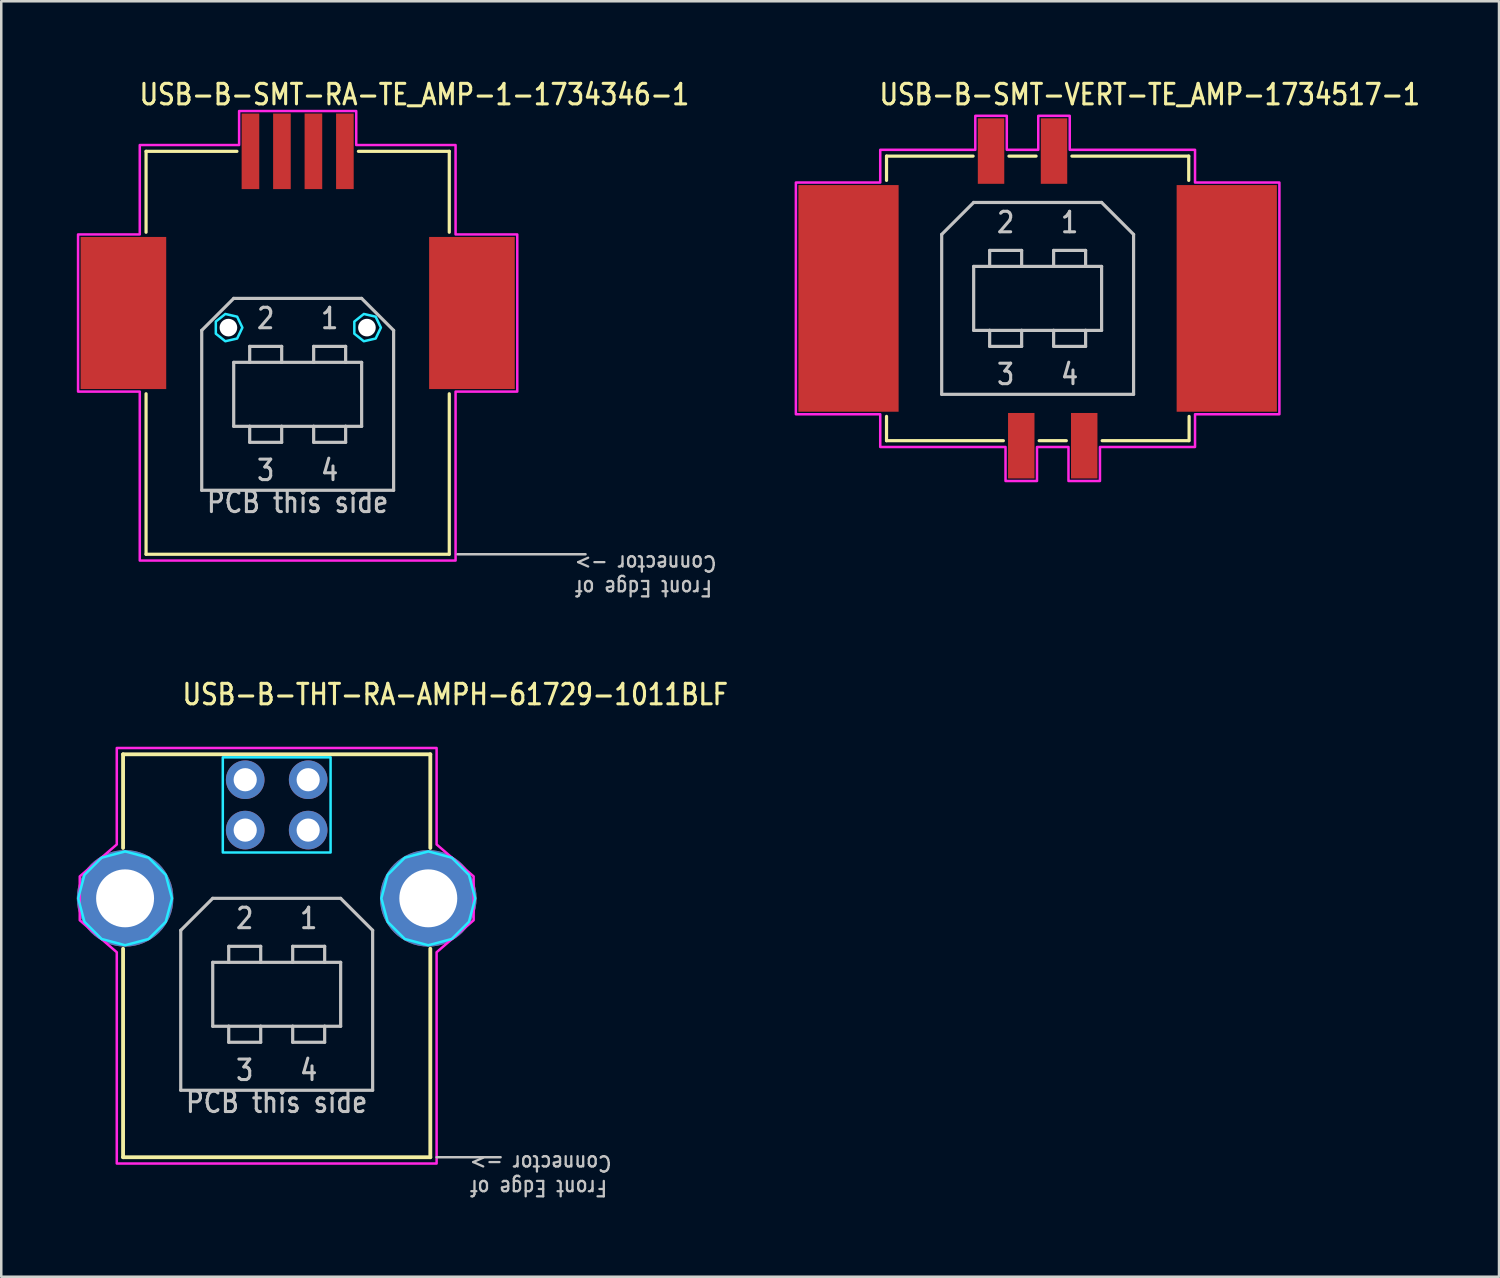
<source format=kicad_pcb>
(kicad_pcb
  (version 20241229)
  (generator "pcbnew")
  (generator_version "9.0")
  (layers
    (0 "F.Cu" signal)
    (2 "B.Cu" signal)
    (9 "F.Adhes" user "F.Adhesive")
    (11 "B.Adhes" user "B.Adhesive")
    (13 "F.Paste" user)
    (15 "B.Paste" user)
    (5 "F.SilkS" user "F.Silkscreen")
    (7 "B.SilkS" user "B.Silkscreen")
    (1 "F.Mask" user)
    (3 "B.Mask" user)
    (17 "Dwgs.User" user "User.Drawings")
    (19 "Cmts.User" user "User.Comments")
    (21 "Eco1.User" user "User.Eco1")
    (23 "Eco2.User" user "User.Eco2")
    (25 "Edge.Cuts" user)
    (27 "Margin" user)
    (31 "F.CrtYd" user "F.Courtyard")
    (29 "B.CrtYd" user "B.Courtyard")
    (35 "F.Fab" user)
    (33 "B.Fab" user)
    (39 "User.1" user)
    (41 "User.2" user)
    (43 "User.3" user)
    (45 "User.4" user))
  (footprint "USB-B-SMT-RA-TE_AMP-1-1734346-1"
    (layer "F.Cu")
    (at 8.77 18.959)
    (property "Reference" "USB-B-SMT-RA-TE_AMP-1-1734346-1" (at -6.35 -17.78 0) (unlocked yes) (layer "F.SilkS") (effects (font (size 0.813 0.695) (thickness 0.122)) (justify left bottom)))
    (fp_line (start -6.02 -16) (end -2.412 -16) (stroke (width 0.127) (type solid)) (layer "F.SilkS"))
    (fp_line (start -6.02 -12.787) (end -6.02 -16) (stroke (width 0.127) (type solid)) (layer "F.SilkS"))
    (fp_line (start -6.02 0) (end -6.02 -6.373) (stroke (width 0.127) (type solid)) (layer "F.SilkS"))
    (fp_line (start 2.412 -16) (end 6.02 -16) (stroke (width 0.127) (type solid)) (layer "F.SilkS"))
    (fp_line (start 6.02 -16) (end 6.02 -12.787) (stroke (width 0.127) (type solid)) (layer "F.SilkS"))
    (fp_line (start 6.02 -6.373) (end 6.02 0) (stroke (width 0.127) (type solid)) (layer "F.SilkS"))
    (fp_line (start 6.02 0) (end -6.02 0) (stroke (width 0.127) (type solid)) (layer "F.SilkS"))
    (fp_line (start -3.81 -8.89) (end -3.81 -2.54) (stroke (width 0.127) (type solid)) (layer "Dwgs.User"))
    (fp_line (start -3.81 -2.54) (end 3.81 -2.54) (stroke (width 0.127) (type solid)) (layer "Dwgs.User"))
    (fp_line (start -2.54 -10.16) (end -3.81 -8.89) (stroke (width 0.127) (type solid)) (layer "Dwgs.User"))
    (fp_line (start -2.54 -7.62) (end -1.905 -7.62) (stroke (width 0.127) (type solid)) (layer "Dwgs.User"))
    (fp_line (start -2.54 -5.08) (end -2.54 -7.62) (stroke (width 0.127) (type solid)) (layer "Dwgs.User"))
    (fp_line (start -1.905 -8.255) (end -1.905 -7.62) (stroke (width 0.127) (type solid)) (layer "Dwgs.User"))
    (fp_line (start -1.905 -7.62) (end -0.635 -7.62) (stroke (width 0.127) (type solid)) (layer "Dwgs.User"))
    (fp_line (start -1.905 -5.08) (end -2.54 -5.08) (stroke (width 0.127) (type solid)) (layer "Dwgs.User"))
    (fp_line (start -1.905 -4.445) (end -1.905 -5.08) (stroke (width 0.127) (type solid)) (layer "Dwgs.User"))
    (fp_line (start -0.635 -8.255) (end -1.905 -8.255) (stroke (width 0.127) (type solid)) (layer "Dwgs.User"))
    (fp_line (start -0.635 -7.62) (end -0.635 -8.255) (stroke (width 0.127) (type solid)) (layer "Dwgs.User"))
    (fp_line (start -0.635 -7.62) (end 0.635 -7.62) (stroke (width 0.127) (type solid)) (layer "Dwgs.User"))
    (fp_line (start -0.635 -5.08) (end -1.905 -5.08) (stroke (width 0.127) (type solid)) (layer "Dwgs.User"))
    (fp_line (start -0.635 -5.08) (end -0.635 -4.445) (stroke (width 0.127) (type solid)) (layer "Dwgs.User"))
    (fp_line (start -0.635 -4.445) (end -1.905 -4.445) (stroke (width 0.127) (type solid)) (layer "Dwgs.User"))
    (fp_line (start 0.635 -8.255) (end 0.635 -7.62) (stroke (width 0.127) (type solid)) (layer "Dwgs.User"))
    (fp_line (start 0.635 -7.62) (end 1.905 -7.62) (stroke (width 0.127) (type solid)) (layer "Dwgs.User"))
    (fp_line (start 0.635 -5.08) (end -0.635 -5.08) (stroke (width 0.127) (type solid)) (layer "Dwgs.User"))
    (fp_line (start 0.635 -4.445) (end 0.635 -5.08) (stroke (width 0.127) (type solid)) (layer "Dwgs.User"))
    (fp_line (start 1.905 -8.255) (end 0.635 -8.255) (stroke (width 0.127) (type solid)) (layer "Dwgs.User"))
    (fp_line (start 1.905 -7.62) (end 1.905 -8.255) (stroke (width 0.127) (type solid)) (layer "Dwgs.User"))
    (fp_line (start 1.905 -7.62) (end 2.54 -7.62) (stroke (width 0.127) (type solid)) (layer "Dwgs.User"))
    (fp_line (start 1.905 -5.08) (end 0.635 -5.08) (stroke (width 0.127) (type solid)) (layer "Dwgs.User"))
    (fp_line (start 1.905 -5.08) (end 1.905 -4.445) (stroke (width 0.127) (type solid)) (layer "Dwgs.User"))
    (fp_line (start 1.905 -4.445) (end 0.635 -4.445) (stroke (width 0.127) (type solid)) (layer "Dwgs.User"))
    (fp_line (start 2.54 -10.16) (end -2.54 -10.16) (stroke (width 0.127) (type solid)) (layer "Dwgs.User"))
    (fp_line (start 2.54 -7.62) (end 2.54 -5.08) (stroke (width 0.127) (type solid)) (layer "Dwgs.User"))
    (fp_line (start 2.54 -5.08) (end 1.905 -5.08) (stroke (width 0.127) (type solid)) (layer "Dwgs.User"))
    (fp_line (start 3.81 -8.89) (end 2.54 -10.16) (stroke (width 0.127) (type solid)) (layer "Dwgs.User"))
    (fp_line (start 3.81 -2.54) (end 3.81 -8.89) (stroke (width 0.127) (type solid)) (layer "Dwgs.User"))
    (fp_line (start 6.35 0) (end 11.43 0) (stroke (width 0.1) (type solid)) (layer "Dwgs.User"))
    (fp_poly (pts (xy -2.195 -9) (xy -2.404 -9.434) (xy -2.873 -9.541) (xy -3.25 -9.241) (xy -3.25 -8.759) (xy -2.873 -8.459) (xy -2.404 -8.566)) (stroke (width 0.1) (type solid)) (fill no) (layer "B.CrtYd"))
    (fp_poly (pts (xy 3.305 -9) (xy 3.096 -9.434) (xy 2.627 -9.541) (xy 2.25 -9.241) (xy 2.25 -8.759) (xy 2.627 -8.459) (xy 3.096 -8.566)) (stroke (width 0.1) (type solid)) (fill no) (layer "B.CrtYd"))
    (fp_poly (pts (xy -6.27 -6.46) (xy -8.72 -6.46) (xy -8.72 -12.7) (xy -6.27 -12.7) (xy -6.27 -16.25) (xy -2.325 -16.25) (xy -2.325 -17.6) (xy 2.325 -17.6) (xy 2.325 -16.25) (xy 6.27 -16.25) (xy 6.27 -12.7) (xy 8.72 -12.7) (xy 8.72 -6.46) (xy 6.27 -6.46) (xy 6.27 0.25) (xy -6.27 0.25)) (stroke (width 0.1) (type solid)) (fill no) (layer "F.CrtYd"))
    (fp_text user "Front Edge of  \nConnector ->  " (at 10.16 0 180) (unlocked yes) (layer "Dwgs.User") (effects (font (size 0.61 0.521) (thickness 0.091)) (justify right bottom)))
    (fp_text user "3" (at -1.27 -3.81 0) (unlocked yes) (layer "Dwgs.User") (effects (font (size 0.813 0.695) (thickness 0.122)) (justify top)))
    (fp_text user "4" (at 1.27 -3.81 0) (unlocked yes) (layer "Dwgs.User") (effects (font (size 0.813 0.695) (thickness 0.122)) (justify top)))
    (fp_text user "2" (at -1.27 -8.89 0) (unlocked yes) (layer "Dwgs.User") (effects (font (size 0.813 0.695) (thickness 0.122)) (justify bottom)))
    (fp_text user "PCB this side" (at 0 -2.54 0) (unlocked yes) (layer "Dwgs.User") (effects (font (size 0.813 0.695) (thickness 0.122)) (justify top)))
    (fp_text user "1" (at 1.27 -8.89 0) (unlocked yes) (layer "Dwgs.User") (effects (font (size 0.813 0.695) (thickness 0.122)) (justify bottom)))
    (pad "" np_thru_hole circle (at -2.75 -9) (size 0.7 0.7) (drill 0.7) (layers "*.Cu" "*.Mask"))
    (pad "" np_thru_hole circle (at 2.75 -9) (size 0.7 0.7) (drill 0.7) (layers "*.Cu" "*.Mask"))
    (pad "1" smd rect (at 1.875 -16) (size 0.7 3) (layers "F.Cu" "F.Mask" "F.Paste"))
    (pad "2" smd rect (at 0.625 -16) (size 0.7 3) (layers "F.Cu" "F.Mask" "F.Paste"))
    (pad "3" smd rect (at -0.625 -16) (size 0.7 3) (layers "F.Cu" "F.Mask" "F.Paste"))
    (pad "4" smd rect (at -1.875 -16) (size 0.7 3) (layers "F.Cu" "F.Mask" "F.Paste"))
    (pad "SHELL1" smd rect (at 6.92 -9.58) (size 3.4 6.04) (layers "F.Cu" "F.Mask" "F.Paste"))
    (pad "SHELL2" smd rect (at -6.92 -9.58) (size 3.4 6.04) (layers "F.Cu" "F.Mask" "F.Paste")))
  (footprint "USB-B-SMT-VERT-TE_AMP-1734517-1"
    (layer "F.Cu")
    (at 38.153 8.799)
    (property "Reference" "USB-B-SMT-VERT-TE_AMP-1734517-1" (at -6.35 -7.62 0) (unlocked yes) (layer "F.SilkS") (effects (font (size 0.813 0.695) (thickness 0.122)) (justify left bottom)))
    (fp_line (start -6 -5.65) (end -2.562 -5.65) (stroke (width 0.127) (type solid)) (layer "F.SilkS"))
    (fp_line (start -6 -4.686) (end -6 -5.65) (stroke (width 0.127) (type solid)) (layer "F.SilkS"))
    (fp_line (start -6 4.686) (end -6 5.65) (stroke (width 0.127) (type solid)) (layer "F.SilkS"))
    (fp_line (start -6 5.65) (end -1.361 5.65) (stroke (width 0.127) (type solid)) (layer "F.SilkS"))
    (fp_line (start -1.139 -5.65) (end -0.061 -5.65) (stroke (width 0.127) (type solid)) (layer "F.SilkS"))
    (fp_line (start 0.061 5.65) (end 1.139 5.65) (stroke (width 0.127) (type solid)) (layer "F.SilkS"))
    (fp_line (start 1.361 -5.65) (end 6 -5.65) (stroke (width 0.127) (type solid)) (layer "F.SilkS"))
    (fp_line (start 2.562 5.65) (end 6 5.65) (stroke (width 0.127) (type solid)) (layer "F.SilkS"))
    (fp_line (start 6 -5.65) (end 6 -4.686) (stroke (width 0.127) (type solid)) (layer "F.SilkS"))
    (fp_line (start 6.015 5.65) (end 6.015 4.686) (stroke (width 0.127) (type solid)) (layer "F.SilkS"))
    (fp_line (start -3.81 -2.54) (end -3.81 3.81) (stroke (width 0.127) (type solid)) (layer "Dwgs.User"))
    (fp_line (start -3.81 3.81) (end 3.81 3.81) (stroke (width 0.127) (type solid)) (layer "Dwgs.User"))
    (fp_line (start -2.54 -3.81) (end -3.81 -2.54) (stroke (width 0.127) (type solid)) (layer "Dwgs.User"))
    (fp_line (start -2.54 -1.27) (end -1.905 -1.27) (stroke (width 0.127) (type solid)) (layer "Dwgs.User"))
    (fp_line (start -2.54 1.27) (end -2.54 -1.27) (stroke (width 0.127) (type solid)) (layer "Dwgs.User"))
    (fp_line (start -1.905 -1.905) (end -1.905 -1.27) (stroke (width 0.127) (type solid)) (layer "Dwgs.User"))
    (fp_line (start -1.905 -1.27) (end -0.635 -1.27) (stroke (width 0.127) (type solid)) (layer "Dwgs.User"))
    (fp_line (start -1.905 1.27) (end -2.54 1.27) (stroke (width 0.127) (type solid)) (layer "Dwgs.User"))
    (fp_line (start -1.905 1.905) (end -1.905 1.27) (stroke (width 0.127) (type solid)) (layer "Dwgs.User"))
    (fp_line (start -0.635 -1.905) (end -1.905 -1.905) (stroke (width 0.127) (type solid)) (layer "Dwgs.User"))
    (fp_line (start -0.635 -1.27) (end -0.635 -1.905) (stroke (width 0.127) (type solid)) (layer "Dwgs.User"))
    (fp_line (start -0.635 -1.27) (end 0.635 -1.27) (stroke (width 0.127) (type solid)) (layer "Dwgs.User"))
    (fp_line (start -0.635 1.27) (end -1.905 1.27) (stroke (width 0.127) (type solid)) (layer "Dwgs.User"))
    (fp_line (start -0.635 1.27) (end -0.635 1.905) (stroke (width 0.127) (type solid)) (layer "Dwgs.User"))
    (fp_line (start -0.635 1.905) (end -1.905 1.905) (stroke (width 0.127) (type solid)) (layer "Dwgs.User"))
    (fp_line (start 0.635 -1.905) (end 0.635 -1.27) (stroke (width 0.127) (type solid)) (layer "Dwgs.User"))
    (fp_line (start 0.635 -1.27) (end 1.905 -1.27) (stroke (width 0.127) (type solid)) (layer "Dwgs.User"))
    (fp_line (start 0.635 1.27) (end -0.635 1.27) (stroke (width 0.127) (type solid)) (layer "Dwgs.User"))
    (fp_line (start 0.635 1.905) (end 0.635 1.27) (stroke (width 0.127) (type solid)) (layer "Dwgs.User"))
    (fp_line (start 1.905 -1.905) (end 0.635 -1.905) (stroke (width 0.127) (type solid)) (layer "Dwgs.User"))
    (fp_line (start 1.905 -1.27) (end 1.905 -1.905) (stroke (width 0.127) (type solid)) (layer "Dwgs.User"))
    (fp_line (start 1.905 -1.27) (end 2.54 -1.27) (stroke (width 0.127) (type solid)) (layer "Dwgs.User"))
    (fp_line (start 1.905 1.27) (end 0.635 1.27) (stroke (width 0.127) (type solid)) (layer "Dwgs.User"))
    (fp_line (start 1.905 1.27) (end 1.905 1.905) (stroke (width 0.127) (type solid)) (layer "Dwgs.User"))
    (fp_line (start 1.905 1.905) (end 0.635 1.905) (stroke (width 0.127) (type solid)) (layer "Dwgs.User"))
    (fp_line (start 2.54 -3.81) (end -2.54 -3.81) (stroke (width 0.127) (type solid)) (layer "Dwgs.User"))
    (fp_line (start 2.54 -1.27) (end 2.54 1.27) (stroke (width 0.127) (type solid)) (layer "Dwgs.User"))
    (fp_line (start 2.54 1.27) (end 1.905 1.27) (stroke (width 0.127) (type solid)) (layer "Dwgs.User"))
    (fp_line (start 3.81 -2.54) (end 2.54 -3.81) (stroke (width 0.127) (type solid)) (layer "Dwgs.User"))
    (fp_line (start 3.81 3.81) (end 3.81 -2.54) (stroke (width 0.127) (type solid)) (layer "Dwgs.User"))
    (fp_poly (pts (xy -9.6 4.6) (xy -9.6 -4.6) (xy -6.25 -4.6) (xy -6.25 -5.9) (xy -2.475 -5.9) (xy -2.475 -7.25) (xy -1.225 -7.25) (xy -1.225 -5.9) (xy 0.025 -5.9) (xy 0.025 -7.25) (xy 1.275 -7.25) (xy 1.275 -5.9) (xy 6.25 -5.9) (xy 6.25 -4.6) (xy 9.6 -4.6) (xy 9.6 4.6) (xy 6.25 4.6) (xy 6.25 5.9) (xy 2.475 5.9) (xy 2.475 7.25) (xy 1.225 7.25) (xy 1.225 5.9) (xy -0.025 5.9) (xy -0.025 7.25) (xy -1.275 7.25) (xy -1.275 5.9) (xy -6.25 5.9) (xy -6.25 4.6)) (stroke (width 0.1) (type solid)) (fill no) (layer "F.CrtYd"))
    (fp_text user "3" (at -1.27 2.54 0) (unlocked yes) (layer "Dwgs.User") (effects (font (size 0.813 0.695) (thickness 0.122)) (justify top)))
    (fp_text user "4" (at 1.27 2.54 0) (unlocked yes) (layer "Dwgs.User") (effects (font (size 0.813 0.695) (thickness 0.122)) (justify top)))
    (fp_text user "2" (at -1.27 -2.54 0) (unlocked yes) (layer "Dwgs.User") (effects (font (size 0.813 0.695) (thickness 0.122)) (justify bottom)))
    (fp_text user "1" (at 1.27 -2.54 0) (unlocked yes) (layer "Dwgs.User") (effects (font (size 0.813 0.695) (thickness 0.122)) (justify bottom)))
    (pad "1" smd rect (at 0.65 -5.85) (size 1.05 2.6) (layers "F.Cu" "F.Mask" "F.Paste"))
    (pad "2" smd rect (at -1.85 -5.85) (size 1.05 2.6) (layers "F.Cu" "F.Mask" "F.Paste"))
    (pad "3" smd rect (at -0.65 5.85) (size 1.05 2.6) (layers "F.Cu" "F.Mask" "F.Paste"))
    (pad "4" smd rect (at 1.85 5.85) (size 1.05 2.6) (layers "F.Cu" "F.Mask" "F.Paste"))
    (pad "SHELL1" smd rect (at 7.51 0) (size 3.98 9) (layers "F.Cu" "F.Mask" "F.Paste"))
    (pad "SHELL2" smd rect (at -7.51 0) (size 3.98 9) (layers "F.Cu" "F.Mask" "F.Paste")))
  (footprint "USB-B-THT-RA-AMPH-61729-1011BLF"
    (layer "F.Cu")
    (at 7.937 32.622)
    (property "Reference" "USB-B-THT-RA-AMPH-61729-1011BLF" (at -3.81 -7.62 0) (unlocked yes) (layer "F.SilkS") (effects (font (size 0.813 0.695) (thickness 0.122)) (justify left bottom)))
    (fp_line (start -6.1 -5.72) (end 6.1 -5.72) (stroke (width 0.152) (type solid)) (layer "F.SilkS"))
    (fp_line (start -6.1 -2) (end -6.1 -5.72) (stroke (width 0.152) (type solid)) (layer "F.SilkS"))
    (fp_line (start -6.1 10.28) (end -6.1 2) (stroke (width 0.152) (type solid)) (layer "F.SilkS"))
    (fp_line (start 6.1 -5.72) (end 6.1 -2) (stroke (width 0.152) (type solid)) (layer "F.SilkS"))
    (fp_line (start 6.1 2) (end 6.1 10.28) (stroke (width 0.152) (type solid)) (layer "F.SilkS"))
    (fp_line (start 6.1 10.28) (end -6.1 10.28) (stroke (width 0.152) (type solid)) (layer "F.SilkS"))
    (fp_line (start -3.81 1.27) (end -3.81 7.62) (stroke (width 0.127) (type solid)) (layer "Dwgs.User"))
    (fp_line (start -3.81 7.62) (end 3.81 7.62) (stroke (width 0.127) (type solid)) (layer "Dwgs.User"))
    (fp_line (start -2.54 0) (end -3.81 1.27) (stroke (width 0.127) (type solid)) (layer "Dwgs.User"))
    (fp_line (start -2.54 2.54) (end -1.905 2.54) (stroke (width 0.127) (type solid)) (layer "Dwgs.User"))
    (fp_line (start -2.54 5.08) (end -2.54 2.54) (stroke (width 0.127) (type solid)) (layer "Dwgs.User"))
    (fp_line (start -1.905 1.905) (end -1.905 2.54) (stroke (width 0.127) (type solid)) (layer "Dwgs.User"))
    (fp_line (start -1.905 2.54) (end -0.635 2.54) (stroke (width 0.127) (type solid)) (layer "Dwgs.User"))
    (fp_line (start -1.905 5.08) (end -2.54 5.08) (stroke (width 0.127) (type solid)) (layer "Dwgs.User"))
    (fp_line (start -1.905 5.715) (end -1.905 5.08) (stroke (width 0.127) (type solid)) (layer "Dwgs.User"))
    (fp_line (start -0.635 1.905) (end -1.905 1.905) (stroke (width 0.127) (type solid)) (layer "Dwgs.User"))
    (fp_line (start -0.635 2.54) (end -0.635 1.905) (stroke (width 0.127) (type solid)) (layer "Dwgs.User"))
    (fp_line (start -0.635 2.54) (end 0.635 2.54) (stroke (width 0.127) (type solid)) (layer "Dwgs.User"))
    (fp_line (start -0.635 5.08) (end -1.905 5.08) (stroke (width 0.127) (type solid)) (layer "Dwgs.User"))
    (fp_line (start -0.635 5.08) (end -0.635 5.715) (stroke (width 0.127) (type solid)) (layer "Dwgs.User"))
    (fp_line (start -0.635 5.715) (end -1.905 5.715) (stroke (width 0.127) (type solid)) (layer "Dwgs.User"))
    (fp_line (start 0.635 1.905) (end 0.635 2.54) (stroke (width 0.127) (type solid)) (layer "Dwgs.User"))
    (fp_line (start 0.635 2.54) (end 1.905 2.54) (stroke (width 0.127) (type solid)) (layer "Dwgs.User"))
    (fp_line (start 0.635 5.08) (end -0.635 5.08) (stroke (width 0.127) (type solid)) (layer "Dwgs.User"))
    (fp_line (start 0.635 5.715) (end 0.635 5.08) (stroke (width 0.127) (type solid)) (layer "Dwgs.User"))
    (fp_line (start 1.905 1.905) (end 0.635 1.905) (stroke (width 0.127) (type solid)) (layer "Dwgs.User"))
    (fp_line (start 1.905 2.54) (end 1.905 1.905) (stroke (width 0.127) (type solid)) (layer "Dwgs.User"))
    (fp_line (start 1.905 2.54) (end 2.54 2.54) (stroke (width 0.127) (type solid)) (layer "Dwgs.User"))
    (fp_line (start 1.905 5.08) (end 0.635 5.08) (stroke (width 0.127) (type solid)) (layer "Dwgs.User"))
    (fp_line (start 1.905 5.08) (end 1.905 5.715) (stroke (width 0.127) (type solid)) (layer "Dwgs.User"))
    (fp_line (start 1.905 5.715) (end 0.635 5.715) (stroke (width 0.127) (type solid)) (layer "Dwgs.User"))
    (fp_line (start 2.54 0) (end -2.54 0) (stroke (width 0.127) (type solid)) (layer "Dwgs.User"))
    (fp_line (start 2.54 2.54) (end 2.54 5.08) (stroke (width 0.127) (type solid)) (layer "Dwgs.User"))
    (fp_line (start 2.54 5.08) (end 1.905 5.08) (stroke (width 0.127) (type solid)) (layer "Dwgs.User"))
    (fp_line (start 3.81 1.27) (end 2.54 0) (stroke (width 0.127) (type solid)) (layer "Dwgs.User"))
    (fp_line (start 3.81 7.62) (end 3.81 1.27) (stroke (width 0.127) (type solid)) (layer "Dwgs.User"))
    (fp_line (start 6.35 10.28) (end 8.89 10.28) (stroke (width 0.1) (type solid)) (layer "Dwgs.User"))
    (fp_poly (pts (xy -2.14 -5.6) (xy 2.14 -5.6) (xy 2.14 -1.82) (xy -2.14 -1.82)) (stroke (width 0.1) (type solid)) (fill no) (layer "B.CrtYd"))
    (fp_poly (pts (xy -4.157 0) (xy -4.406 -0.932) (xy -5.088 -1.614) (xy -6.02 -1.863) (xy -6.952 -1.614) (xy -7.634 -0.932) (xy -7.883 0) (xy -7.634 0.932) (xy -6.952 1.614) (xy -6.02 1.863) (xy -5.088 1.614) (xy -4.406 0.932)) (stroke (width 0.1) (type solid)) (fill no) (layer "B.CrtYd"))
    (fp_poly (pts (xy 7.883 0) (xy 7.634 -0.932) (xy 6.952 -1.614) (xy 6.02 -1.863) (xy 5.088 -1.614) (xy 4.406 -0.932) (xy 4.157 0) (xy 4.406 0.932) (xy 5.088 1.614) (xy 6.02 1.863) (xy 6.952 1.614) (xy 7.634 0.932)) (stroke (width 0.1) (type solid)) (fill no) (layer "B.CrtYd"))
    (fp_poly (pts (xy -6.35 -5.97) (xy 6.35 -5.97) (xy 6.35 -2.14) (xy 7.82 -0.87) (xy 7.82 0.87) (xy 6.35 2.14) (xy 6.35 10.53) (xy -6.35 10.53) (xy -6.35 2.14) (xy -7.82 0.87) (xy -7.82 -0.87) (xy -6.35 -2.14)) (stroke (width 0.1) (type solid)) (fill no) (layer "F.CrtYd"))
    (fp_text user "3" (at -1.27 6.35 0) (unlocked yes) (layer "Dwgs.User") (effects (font (size 0.813 0.695) (thickness 0.122)) (justify top)))
    (fp_text user "2" (at -1.27 1.27 0) (unlocked yes) (layer "Dwgs.User") (effects (font (size 0.813 0.695) (thickness 0.122)) (justify bottom)))
    (fp_text user "PCB this side" (at 0 7.62 0) (unlocked yes) (layer "Dwgs.User") (effects (font (size 0.813 0.695) (thickness 0.122)) (justify top)))
    (fp_text user "1" (at 1.27 1.27 0) (unlocked yes) (layer "Dwgs.User") (effects (font (size 0.813 0.695) (thickness 0.122)) (justify bottom)))
    (fp_text user "4" (at 1.27 6.35 0) (unlocked yes) (layer "Dwgs.User") (effects (font (size 0.813 0.695) (thickness 0.122)) (justify top)))
    (fp_text user "Front Edge of\nConnector ->" (at 7.62 10.16 180) (unlocked yes) (layer "Dwgs.User") (effects (font (size 0.61 0.521) (thickness 0.091)) (justify right bottom)))
    (pad "1" thru_hole oval (at 1.25 -4.71) (size 1.533 1.533) (drill 0.92) (layers "*.Cu" "*.Mask"))
    (pad "2" thru_hole oval (at -1.25 -4.71) (size 1.533 1.533) (drill 0.92) (layers "*.Cu" "*.Mask"))
    (pad "3" thru_hole oval (at -1.25 -2.71) (size 1.533 1.533) (drill 0.92) (layers "*.Cu" "*.Mask"))
    (pad "4" thru_hole oval (at 1.25 -2.71) (size 1.533 1.533) (drill 0.92) (layers "*.Cu" "*.Mask"))
    (pad "SHELL1" thru_hole oval (at 6.02 0) (size 3.833 3.833) (drill 2.3) (layers "*.Cu" "*.Mask"))
    (pad "SHELL2" thru_hole oval (at -6.02 0) (size 3.833 3.833) (drill 2.3) (layers "*.Cu" "*.Mask")))
  (gr_rect
    (start -3 -3)
    (end 56.474 47.648)
    (stroke (width 0.1) (type default))
    (fill no)
    (layer "Edge.Cuts")))
</source>
